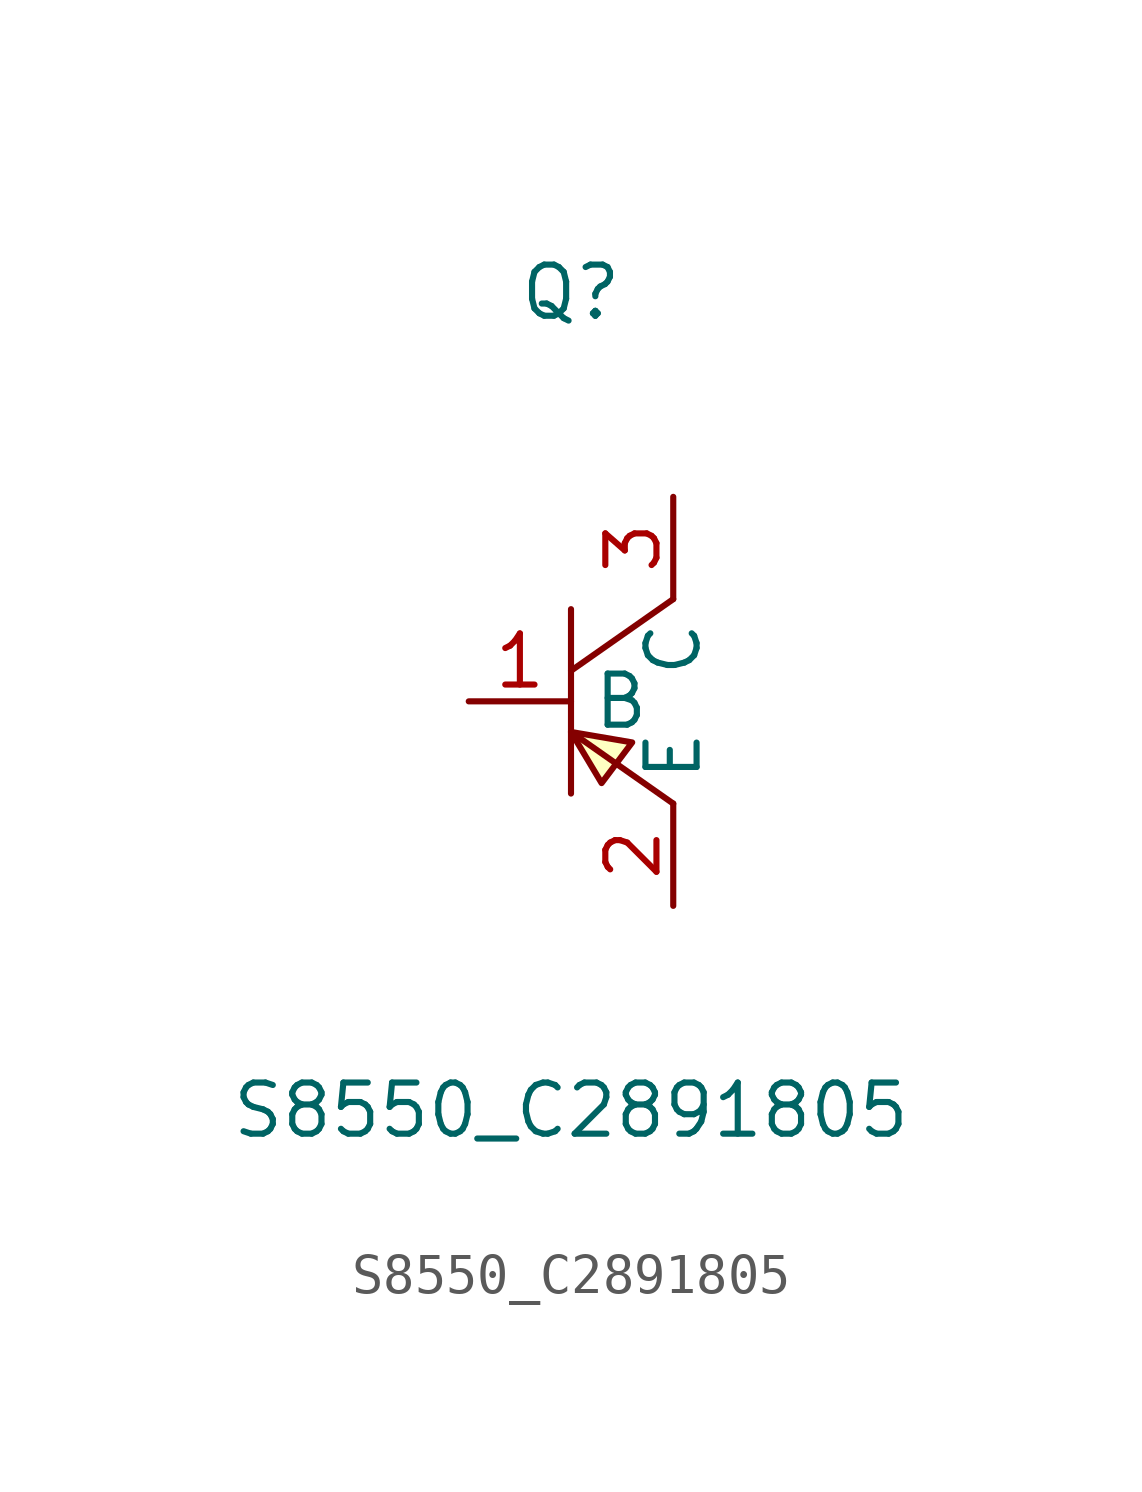
<source format=kicad_sym>
(kicad_symbol_lib
  (version 20241209)
  (generator "kicad_symbol_editor")
  (generator_version "9.0")
  (symbol "S8550_C2891805"
    (property "Reference" "Q"
      (at 0 10.16 0)
      (effects (font (size 1.27 1.27))))
    (property "Value" "S8550_C2891805"
      (at 0 -10.16 0)
      (effects (font (size 1.27 1.27))))
    (symbol "S8550_C2891805_0_1"
      (polyline (pts (xy 0 2.29) (xy 0 -2.29)) (stroke (width 0) (type default)) (fill (type none)))
      (polyline (pts (xy 0 -0.76) (xy 2.54 -2.54)) (stroke (width 0) (type default)) (fill (type none)))
      (polyline (pts (xy 0 -0.76) (xy 0.76 -2.03) (xy 1.52 -1.02) (xy 0 -0.76)) (stroke (width 0) (type default)) (fill (type background)))
      (polyline (pts (xy 2.54 2.54) (xy 0 0.76)) (stroke (width 0) (type default)) (fill (type none)))
      (pin input line (at -2.54 0 0) (length 2.54) (name "B" (effects (font (size 1.27 1.27)))) (number "1" (effects (font (size 1.27 1.27)))))
      (pin input line (at 2.54 5.08 270) (length 2.54) (name "C" (effects (font (size 1.27 1.27)))) (number "3" (effects (font (size 1.27 1.27)))))
      (pin input line (at 2.54 -5.08 90) (length 2.54) (name "E" (effects (font (size 1.27 1.27)))) (number "2" (effects (font (size 1.27 1.27))))))))
</source>
